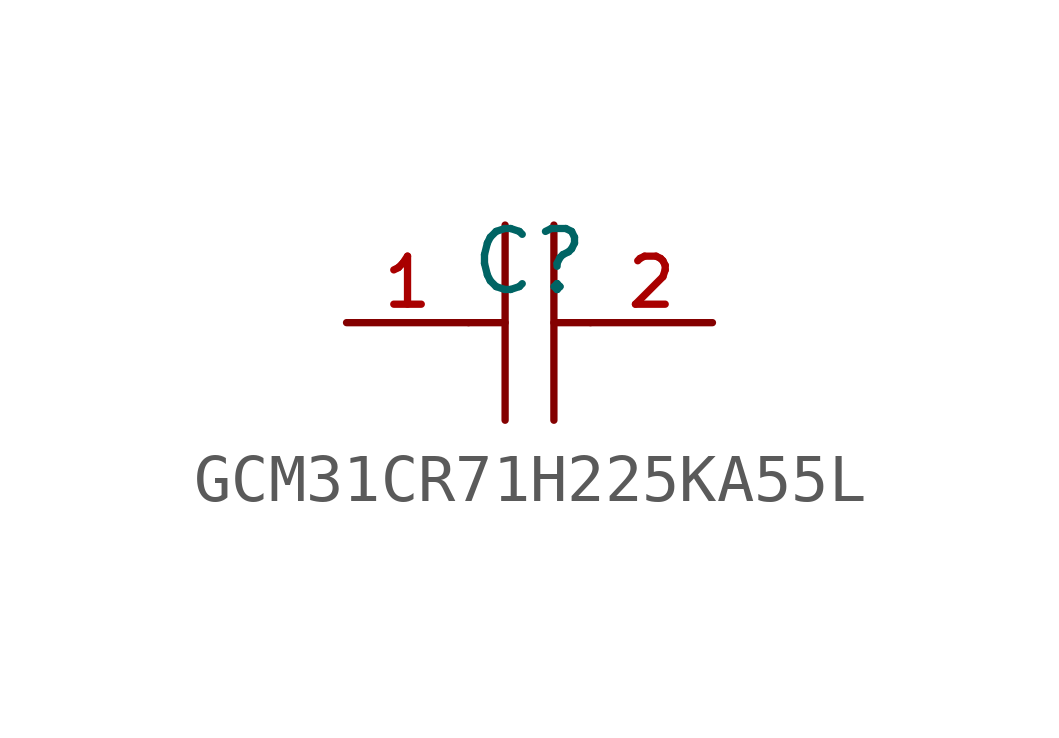
<source format=kicad_sym>
(kicad_symbol_lib
  (version 20210201)
  (generator TousstNicolas/JLC2KiCad_lib)
  (symbol "GCM31CR71H225KA55L"
    (pin_names hide)
    (property "Reference" "C"
      (at 0 1.27 0)
      (effects (font (size 1.27 1.27))))
    (symbol "GCM31CR71H225KA55L_0_1"
      (polyline (pts (xy -0.508 2.032) (xy -0.508 -2.032)) (stroke (width 0) (type default) (color 0 0 0 0)) (fill (type none)))
      (polyline (pts (xy 0.508 2.032) (xy 0.508 -2.032)) (stroke (width 0) (type default) (color 0 0 0 0)) (fill (type none)))
      (pin input line (at -3.81 -0.0 0) (length 2.54) (name "1" (effects (font (size 1 1)))) (number "1" (effects (font (size 1 1)))))
      (pin input line (at 3.81 -0.0 180) (length 2.54) (name "2" (effects (font (size 1 1)))) (number "2" (effects (font (size 1 1)))))
      (polyline (pts (xy -1.27 -0.0) (xy -0.508 -0.0)) (stroke (width 0) (type default) (color 0 0 0 0)) (fill (type none)))
      (polyline (pts (xy 0.508 -0.0) (xy 1.27 -0.0)) (stroke (width 0) (type default) (color 0 0 0 0)) (fill (type none))))))
</source>
